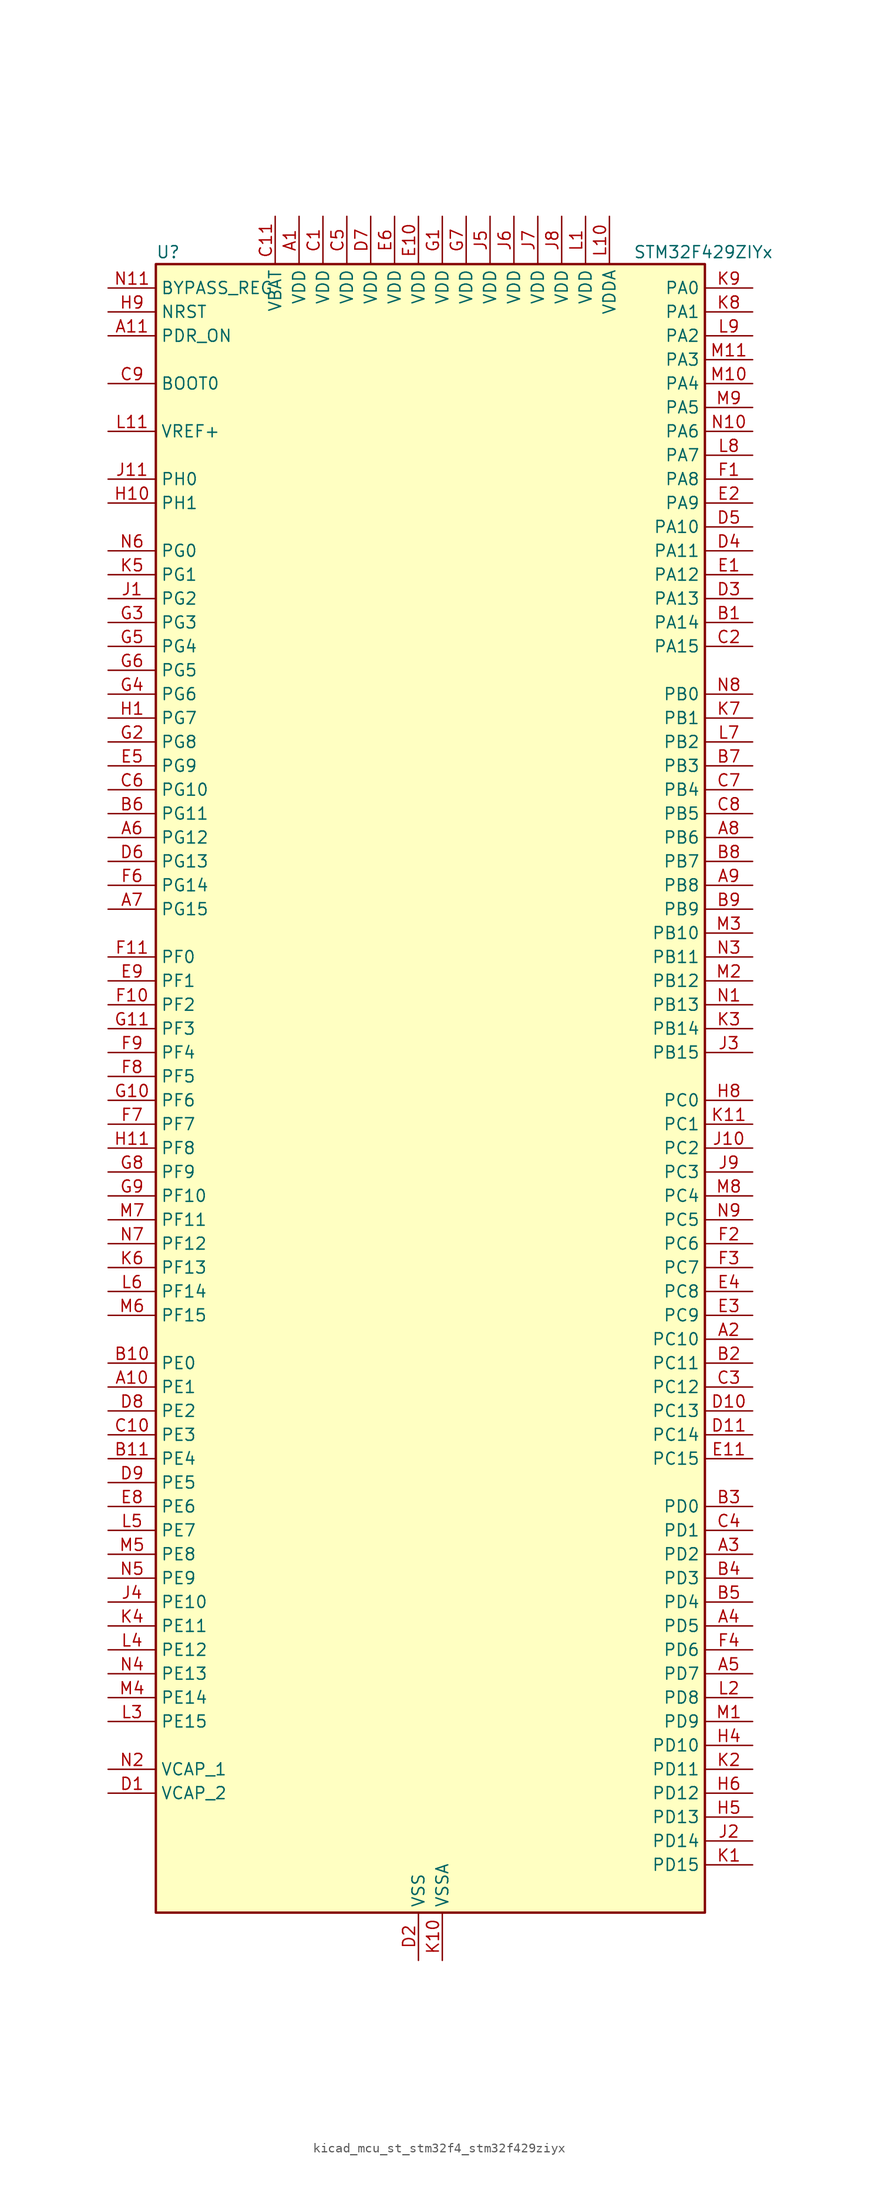
<source format=kicad_sym>
(kicad_symbol_lib
  (version 20220914)
  (generator kicad_symbol_editor)
  (symbol "kicad_mcu_st_stm32f4_stm32f429ziyx"
    (property "Reference" "U"
      (at -27.94 90.17 0)
      (effects (font (size 1.27 1.27)) (justify left)))
    (property "Value" "STM32F429ZIYx"
      (at 22.86 90.17 0)
      (effects (font (size 1.27 1.27)) (justify left)))
    (property "ki_locked" ""
      (at 0 0 0)
      (effects (font (size 1.27 1.27))))
    (symbol "kicad_mcu_st_stm32f4_stm32f429ziyx_0_1"
      (rectangle (start -27.94 -86.36) (end 30.48 88.9) (stroke (width 0.254) (type default)) (fill (type background))))
    (symbol "kicad_mcu_st_stm32f4_stm32f429ziyx_1_1"
      (pin power_in line (at -12.7 93.98 270) (length 5.08) (name "VDD" (effects (font (size 1.27 1.27)))) (number "A1" (effects (font (size 1.27 1.27)))))
      (pin bidirectional line (at -33.02 -30.48 0) (length 5.08) (name "PE1" (effects (font (size 1.27 1.27)))) (number "A10" (effects (font (size 1.27 1.27)))) (alternate "DCMI_D3" bidirectional line) (alternate "FMC_NBL1" bidirectional line) (alternate "UART8_TX" bidirectional line))
      (pin input line (at -33.02 81.28 0) (length 5.08) (name "PDR_ON" (effects (font (size 1.27 1.27)))) (number "A11" (effects (font (size 1.27 1.27)))))
      (pin bidirectional line (at 35.56 -25.4 180) (length 5.08) (name "PC10" (effects (font (size 1.27 1.27)))) (number "A2" (effects (font (size 1.27 1.27)))) (alternate "DCMI_D8" bidirectional line) (alternate "I2S3_CK" bidirectional line) (alternate "LTDC_R2" bidirectional line) (alternate "SDIO_D2" bidirectional line) (alternate "SPI3_SCK" bidirectional line) (alternate "UART4_TX" bidirectional line) (alternate "USART3_TX" bidirectional line))
      (pin bidirectional line (at 35.56 -48.26 180) (length 5.08) (name "PD2" (effects (font (size 1.27 1.27)))) (number "A3" (effects (font (size 1.27 1.27)))) (alternate "DCMI_D11" bidirectional line) (alternate "SDIO_CMD" bidirectional line) (alternate "TIM3_ETR" bidirectional line) (alternate "UART5_RX" bidirectional line))
      (pin bidirectional line (at 35.56 -55.88 180) (length 5.08) (name "PD5" (effects (font (size 1.27 1.27)))) (number "A4" (effects (font (size 1.27 1.27)))) (alternate "FMC_NWE" bidirectional line) (alternate "USART2_TX" bidirectional line))
      (pin bidirectional line (at 35.56 -60.96 180) (length 5.08) (name "PD7" (effects (font (size 1.27 1.27)))) (number "A5" (effects (font (size 1.27 1.27)))) (alternate "FMC_NCE2" bidirectional line) (alternate "FMC_NE1" bidirectional line) (alternate "USART2_CK" bidirectional line))
      (pin bidirectional line (at -33.02 27.94 0) (length 5.08) (name "PG12" (effects (font (size 1.27 1.27)))) (number "A6" (effects (font (size 1.27 1.27)))) (alternate "FMC_NE4" bidirectional line) (alternate "LTDC_B1" bidirectional line) (alternate "LTDC_B4" bidirectional line) (alternate "SPI6_MISO" bidirectional line) (alternate "USART6_RTS" bidirectional line))
      (pin bidirectional line (at -33.02 20.32 0) (length 5.08) (name "PG15" (effects (font (size 1.27 1.27)))) (number "A7" (effects (font (size 1.27 1.27)))) (alternate "ADC1_EXTI15" bidirectional line) (alternate "ADC2_EXTI15" bidirectional line) (alternate "ADC3_EXTI15" bidirectional line) (alternate "DCMI_D13" bidirectional line) (alternate "FMC_SDNCAS" bidirectional line) (alternate "USART6_CTS" bidirectional line))
      (pin bidirectional line (at 35.56 27.94 180) (length 5.08) (name "PB6" (effects (font (size 1.27 1.27)))) (number "A8" (effects (font (size 1.27 1.27)))) (alternate "CAN2_TX" bidirectional line) (alternate "DCMI_D5" bidirectional line) (alternate "FMC_SDNE1" bidirectional line) (alternate "I2C1_SCL" bidirectional line) (alternate "TIM4_CH1" bidirectional line) (alternate "USART1_TX" bidirectional line))
      (pin bidirectional line (at 35.56 22.86 180) (length 5.08) (name "PB8" (effects (font (size 1.27 1.27)))) (number "A9" (effects (font (size 1.27 1.27)))) (alternate "CAN1_RX" bidirectional line) (alternate "DCMI_D6" bidirectional line) (alternate "ETH_TXD3" bidirectional line) (alternate "I2C1_SCL" bidirectional line) (alternate "LTDC_B6" bidirectional line) (alternate "SDIO_D4" bidirectional line) (alternate "TIM10_CH1" bidirectional line) (alternate "TIM4_CH3" bidirectional line))
      (pin bidirectional line (at 35.56 50.8 180) (length 5.08) (name "PA14" (effects (font (size 1.27 1.27)))) (number "B1" (effects (font (size 1.27 1.27)))) (alternate "SYS_JTCK-SWCLK" bidirectional line))
      (pin bidirectional line (at -33.02 -27.94 0) (length 5.08) (name "PE0" (effects (font (size 1.27 1.27)))) (number "B10" (effects (font (size 1.27 1.27)))) (alternate "DCMI_D2" bidirectional line) (alternate "FMC_NBL0" bidirectional line) (alternate "TIM4_ETR" bidirectional line) (alternate "UART8_RX" bidirectional line))
      (pin bidirectional line (at -33.02 -38.1 0) (length 5.08) (name "PE4" (effects (font (size 1.27 1.27)))) (number "B11" (effects (font (size 1.27 1.27)))) (alternate "DCMI_D4" bidirectional line) (alternate "FMC_A20" bidirectional line) (alternate "LTDC_B0" bidirectional line) (alternate "SAI1_FS_A" bidirectional line) (alternate "SPI4_NSS" bidirectional line) (alternate "SYS_TRACED1" bidirectional line))
      (pin bidirectional line (at 35.56 -27.94 180) (length 5.08) (name "PC11" (effects (font (size 1.27 1.27)))) (number "B2" (effects (font (size 1.27 1.27)))) (alternate "ADC1_EXTI11" bidirectional line) (alternate "ADC2_EXTI11" bidirectional line) (alternate "ADC3_EXTI11" bidirectional line) (alternate "DCMI_D4" bidirectional line) (alternate "I2S3_ext_SD" bidirectional line) (alternate "SDIO_D3" bidirectional line) (alternate "SPI3_MISO" bidirectional line) (alternate "UART4_RX" bidirectional line) (alternate "USART3_RX" bidirectional line))
      (pin bidirectional line (at 35.56 -43.18 180) (length 5.08) (name "PD0" (effects (font (size 1.27 1.27)))) (number "B3" (effects (font (size 1.27 1.27)))) (alternate "CAN1_RX" bidirectional line) (alternate "FMC_D2" bidirectional line) (alternate "FMC_DA2" bidirectional line))
      (pin bidirectional line (at 35.56 -50.8 180) (length 5.08) (name "PD3" (effects (font (size 1.27 1.27)))) (number "B4" (effects (font (size 1.27 1.27)))) (alternate "DCMI_D5" bidirectional line) (alternate "FMC_CLK" bidirectional line) (alternate "I2S2_CK" bidirectional line) (alternate "LTDC_G7" bidirectional line) (alternate "SPI2_SCK" bidirectional line) (alternate "USART2_CTS" bidirectional line))
      (pin bidirectional line (at 35.56 -53.34 180) (length 5.08) (name "PD4" (effects (font (size 1.27 1.27)))) (number "B5" (effects (font (size 1.27 1.27)))) (alternate "FMC_NOE" bidirectional line) (alternate "USART2_RTS" bidirectional line))
      (pin bidirectional line (at -33.02 30.48 0) (length 5.08) (name "PG11" (effects (font (size 1.27 1.27)))) (number "B6" (effects (font (size 1.27 1.27)))) (alternate "ADC1_EXTI11" bidirectional line) (alternate "ADC2_EXTI11" bidirectional line) (alternate "ADC3_EXTI11" bidirectional line) (alternate "DCMI_D3" bidirectional line) (alternate "ETH_TX_EN" bidirectional line) (alternate "FMC_NCE4_2" bidirectional line) (alternate "LTDC_B3" bidirectional line))
      (pin bidirectional line (at 35.56 35.56 180) (length 5.08) (name "PB3" (effects (font (size 1.27 1.27)))) (number "B7" (effects (font (size 1.27 1.27)))) (alternate "I2S3_CK" bidirectional line) (alternate "SPI1_SCK" bidirectional line) (alternate "SPI3_SCK" bidirectional line) (alternate "SYS_JTDO-SWO" bidirectional line) (alternate "TIM2_CH2" bidirectional line))
      (pin bidirectional line (at 35.56 25.4 180) (length 5.08) (name "PB7" (effects (font (size 1.27 1.27)))) (number "B8" (effects (font (size 1.27 1.27)))) (alternate "DCMI_VSYNC" bidirectional line) (alternate "FMC_NL" bidirectional line) (alternate "I2C1_SDA" bidirectional line) (alternate "TIM4_CH2" bidirectional line) (alternate "USART1_RX" bidirectional line))
      (pin bidirectional line (at 35.56 20.32 180) (length 5.08) (name "PB9" (effects (font (size 1.27 1.27)))) (number "B9" (effects (font (size 1.27 1.27)))) (alternate "CAN1_TX" bidirectional line) (alternate "DAC_EXTI9" bidirectional line) (alternate "DCMI_D7" bidirectional line) (alternate "I2C1_SDA" bidirectional line) (alternate "I2S2_WS" bidirectional line) (alternate "LTDC_B7" bidirectional line) (alternate "SDIO_D5" bidirectional line) (alternate "SPI2_NSS" bidirectional line) (alternate "TIM11_CH1" bidirectional line) (alternate "TIM4_CH4" bidirectional line))
      (pin power_in line (at -10.16 93.98 270) (length 5.08) (name "VDD" (effects (font (size 1.27 1.27)))) (number "C1" (effects (font (size 1.27 1.27)))))
      (pin bidirectional line (at -33.02 -35.56 0) (length 5.08) (name "PE3" (effects (font (size 1.27 1.27)))) (number "C10" (effects (font (size 1.27 1.27)))) (alternate "FMC_A19" bidirectional line) (alternate "SAI1_SD_B" bidirectional line) (alternate "SYS_TRACED0" bidirectional line))
      (pin power_in line (at -15.24 93.98 270) (length 5.08) (name "VBAT" (effects (font (size 1.27 1.27)))) (number "C11" (effects (font (size 1.27 1.27)))))
      (pin bidirectional line (at 35.56 48.26 180) (length 5.08) (name "PA15" (effects (font (size 1.27 1.27)))) (number "C2" (effects (font (size 1.27 1.27)))) (alternate "ADC1_EXTI15" bidirectional line) (alternate "ADC2_EXTI15" bidirectional line) (alternate "ADC3_EXTI15" bidirectional line) (alternate "I2S3_WS" bidirectional line) (alternate "SPI1_NSS" bidirectional line) (alternate "SPI3_NSS" bidirectional line) (alternate "SYS_JTDI" bidirectional line) (alternate "TIM2_CH1" bidirectional line) (alternate "TIM2_ETR" bidirectional line))
      (pin bidirectional line (at 35.56 -30.48 180) (length 5.08) (name "PC12" (effects (font (size 1.27 1.27)))) (number "C3" (effects (font (size 1.27 1.27)))) (alternate "DCMI_D9" bidirectional line) (alternate "I2S3_SD" bidirectional line) (alternate "SDIO_CK" bidirectional line) (alternate "SPI3_MOSI" bidirectional line) (alternate "UART5_TX" bidirectional line) (alternate "USART3_CK" bidirectional line))
      (pin bidirectional line (at 35.56 -45.72 180) (length 5.08) (name "PD1" (effects (font (size 1.27 1.27)))) (number "C4" (effects (font (size 1.27 1.27)))) (alternate "CAN1_TX" bidirectional line) (alternate "FMC_D3" bidirectional line) (alternate "FMC_DA3" bidirectional line))
      (pin power_in line (at -7.62 93.98 270) (length 5.08) (name "VDD" (effects (font (size 1.27 1.27)))) (number "C5" (effects (font (size 1.27 1.27)))))
      (pin bidirectional line (at -33.02 33.02 0) (length 5.08) (name "PG10" (effects (font (size 1.27 1.27)))) (number "C6" (effects (font (size 1.27 1.27)))) (alternate "DCMI_D2" bidirectional line) (alternate "FMC_NCE4_1" bidirectional line) (alternate "FMC_NE3" bidirectional line) (alternate "LTDC_B2" bidirectional line) (alternate "LTDC_G3" bidirectional line))
      (pin bidirectional line (at 35.56 33.02 180) (length 5.08) (name "PB4" (effects (font (size 1.27 1.27)))) (number "C7" (effects (font (size 1.27 1.27)))) (alternate "I2S3_ext_SD" bidirectional line) (alternate "SPI1_MISO" bidirectional line) (alternate "SPI3_MISO" bidirectional line) (alternate "SYS_JTRST" bidirectional line) (alternate "TIM3_CH1" bidirectional line))
      (pin bidirectional line (at 35.56 30.48 180) (length 5.08) (name "PB5" (effects (font (size 1.27 1.27)))) (number "C8" (effects (font (size 1.27 1.27)))) (alternate "CAN2_RX" bidirectional line) (alternate "DCMI_D10" bidirectional line) (alternate "ETH_PPS_OUT" bidirectional line) (alternate "FMC_SDCKE1" bidirectional line) (alternate "I2C1_SMBA" bidirectional line) (alternate "I2S3_SD" bidirectional line) (alternate "SPI1_MOSI" bidirectional line) (alternate "SPI3_MOSI" bidirectional line) (alternate "TIM3_CH2" bidirectional line) (alternate "USB_OTG_HS_ULPI_D7" bidirectional line))
      (pin input line (at -33.02 76.2 0) (length 5.08) (name "BOOT0" (effects (font (size 1.27 1.27)))) (number "C9" (effects (font (size 1.27 1.27)))))
      (pin power_out line (at -33.02 -73.66 0) (length 5.08) (name "VCAP_2" (effects (font (size 1.27 1.27)))) (number "D1" (effects (font (size 1.27 1.27)))))
      (pin bidirectional line (at 35.56 -33.02 180) (length 5.08) (name "PC13" (effects (font (size 1.27 1.27)))) (number "D10" (effects (font (size 1.27 1.27)))) (alternate "RTC_AF1" bidirectional line))
      (pin bidirectional line (at 35.56 -35.56 180) (length 5.08) (name "PC14" (effects (font (size 1.27 1.27)))) (number "D11" (effects (font (size 1.27 1.27)))) (alternate "RCC_OSC32_IN" bidirectional line))
      (pin power_in line (at 0 -91.44 90) (length 5.08) (name "VSS" (effects (font (size 1.27 1.27)))) (number "D2" (effects (font (size 1.27 1.27)))))
      (pin bidirectional line (at 35.56 53.34 180) (length 5.08) (name "PA13" (effects (font (size 1.27 1.27)))) (number "D3" (effects (font (size 1.27 1.27)))) (alternate "SYS_JTMS-SWDIO" bidirectional line))
      (pin bidirectional line (at 35.56 58.42 180) (length 5.08) (name "PA11" (effects (font (size 1.27 1.27)))) (number "D4" (effects (font (size 1.27 1.27)))) (alternate "ADC1_EXTI11" bidirectional line) (alternate "ADC2_EXTI11" bidirectional line) (alternate "ADC3_EXTI11" bidirectional line) (alternate "CAN1_RX" bidirectional line) (alternate "LTDC_R4" bidirectional line) (alternate "TIM1_CH4" bidirectional line) (alternate "USART1_CTS" bidirectional line) (alternate "USB_OTG_FS_DM" bidirectional line))
      (pin bidirectional line (at 35.56 60.96 180) (length 5.08) (name "PA10" (effects (font (size 1.27 1.27)))) (number "D5" (effects (font (size 1.27 1.27)))) (alternate "DCMI_D1" bidirectional line) (alternate "TIM1_CH3" bidirectional line) (alternate "USART1_RX" bidirectional line) (alternate "USB_OTG_FS_ID" bidirectional line))
      (pin bidirectional line (at -33.02 25.4 0) (length 5.08) (name "PG13" (effects (font (size 1.27 1.27)))) (number "D6" (effects (font (size 1.27 1.27)))) (alternate "ETH_TXD0" bidirectional line) (alternate "FMC_A24" bidirectional line) (alternate "SPI6_SCK" bidirectional line) (alternate "USART6_CTS" bidirectional line))
      (pin power_in line (at -5.08 93.98 270) (length 5.08) (name "VDD" (effects (font (size 1.27 1.27)))) (number "D7" (effects (font (size 1.27 1.27)))))
      (pin bidirectional line (at -33.02 -33.02 0) (length 5.08) (name "PE2" (effects (font (size 1.27 1.27)))) (number "D8" (effects (font (size 1.27 1.27)))) (alternate "ETH_TXD3" bidirectional line) (alternate "FMC_A23" bidirectional line) (alternate "SAI1_MCLK_A" bidirectional line) (alternate "SPI4_SCK" bidirectional line) (alternate "SYS_TRACECLK" bidirectional line))
      (pin bidirectional line (at -33.02 -40.64 0) (length 5.08) (name "PE5" (effects (font (size 1.27 1.27)))) (number "D9" (effects (font (size 1.27 1.27)))) (alternate "DCMI_D6" bidirectional line) (alternate "FMC_A21" bidirectional line) (alternate "LTDC_G0" bidirectional line) (alternate "SAI1_SCK_A" bidirectional line) (alternate "SPI4_MISO" bidirectional line) (alternate "SYS_TRACED2" bidirectional line) (alternate "TIM9_CH1" bidirectional line))
      (pin bidirectional line (at 35.56 55.88 180) (length 5.08) (name "PA12" (effects (font (size 1.27 1.27)))) (number "E1" (effects (font (size 1.27 1.27)))) (alternate "CAN1_TX" bidirectional line) (alternate "LTDC_R5" bidirectional line) (alternate "TIM1_ETR" bidirectional line) (alternate "USART1_RTS" bidirectional line) (alternate "USB_OTG_FS_DP" bidirectional line))
      (pin power_in line (at 0 93.98 270) (length 5.08) (name "VDD" (effects (font (size 1.27 1.27)))) (number "E10" (effects (font (size 1.27 1.27)))))
      (pin bidirectional line (at 35.56 -38.1 180) (length 5.08) (name "PC15" (effects (font (size 1.27 1.27)))) (number "E11" (effects (font (size 1.27 1.27)))) (alternate "ADC1_EXTI15" bidirectional line) (alternate "ADC2_EXTI15" bidirectional line) (alternate "ADC3_EXTI15" bidirectional line) (alternate "RCC_OSC32_OUT" bidirectional line))
      (pin bidirectional line (at 35.56 63.5 180) (length 5.08) (name "PA9" (effects (font (size 1.27 1.27)))) (number "E2" (effects (font (size 1.27 1.27)))) (alternate "DAC_EXTI9" bidirectional line) (alternate "DCMI_D0" bidirectional line) (alternate "I2C3_SMBA" bidirectional line) (alternate "TIM1_CH2" bidirectional line) (alternate "USART1_TX" bidirectional line) (alternate "USB_OTG_FS_VBUS" bidirectional line))
      (pin bidirectional line (at 35.56 -22.86 180) (length 5.08) (name "PC9" (effects (font (size 1.27 1.27)))) (number "E3" (effects (font (size 1.27 1.27)))) (alternate "DAC_EXTI9" bidirectional line) (alternate "DCMI_D3" bidirectional line) (alternate "I2C3_SDA" bidirectional line) (alternate "I2S_CKIN" bidirectional line) (alternate "RCC_MCO_2" bidirectional line) (alternate "SDIO_D1" bidirectional line) (alternate "TIM3_CH4" bidirectional line) (alternate "TIM8_CH4" bidirectional line))
      (pin bidirectional line (at 35.56 -20.32 180) (length 5.08) (name "PC8" (effects (font (size 1.27 1.27)))) (number "E4" (effects (font (size 1.27 1.27)))) (alternate "DCMI_D2" bidirectional line) (alternate "SDIO_D0" bidirectional line) (alternate "TIM3_CH3" bidirectional line) (alternate "TIM8_CH3" bidirectional line) (alternate "USART6_CK" bidirectional line))
      (pin bidirectional line (at -33.02 35.56 0) (length 5.08) (name "PG9" (effects (font (size 1.27 1.27)))) (number "E5" (effects (font (size 1.27 1.27)))) (alternate "DAC_EXTI9" bidirectional line) (alternate "DCMI_VSYNC" bidirectional line) (alternate "FMC_NCE3" bidirectional line) (alternate "FMC_NE2" bidirectional line) (alternate "USART6_RX" bidirectional line))
      (pin power_in line (at -2.54 93.98 270) (length 5.08) (name "VDD" (effects (font (size 1.27 1.27)))) (number "E6" (effects (font (size 1.27 1.27)))))
      (pin passive line (at 0 -91.44 90) (length 5.08) hide (name "VSS" (effects (font (size 1.27 1.27)))) (number "E7" (effects (font (size 1.27 1.27)))))
      (pin bidirectional line (at -33.02 -43.18 0) (length 5.08) (name "PE6" (effects (font (size 1.27 1.27)))) (number "E8" (effects (font (size 1.27 1.27)))) (alternate "DCMI_D7" bidirectional line) (alternate "FMC_A22" bidirectional line) (alternate "LTDC_G1" bidirectional line) (alternate "SAI1_SD_A" bidirectional line) (alternate "SPI4_MOSI" bidirectional line) (alternate "SYS_TRACED3" bidirectional line) (alternate "TIM9_CH2" bidirectional line))
      (pin bidirectional line (at -33.02 12.7 0) (length 5.08) (name "PF1" (effects (font (size 1.27 1.27)))) (number "E9" (effects (font (size 1.27 1.27)))) (alternate "FMC_A1" bidirectional line) (alternate "I2C2_SCL" bidirectional line))
      (pin bidirectional line (at 35.56 66.04 180) (length 5.08) (name "PA8" (effects (font (size 1.27 1.27)))) (number "F1" (effects (font (size 1.27 1.27)))) (alternate "I2C3_SCL" bidirectional line) (alternate "LTDC_R6" bidirectional line) (alternate "RCC_MCO_1" bidirectional line) (alternate "TIM1_CH1" bidirectional line) (alternate "USART1_CK" bidirectional line) (alternate "USB_OTG_FS_SOF" bidirectional line))
      (pin bidirectional line (at -33.02 10.16 0) (length 5.08) (name "PF2" (effects (font (size 1.27 1.27)))) (number "F10" (effects (font (size 1.27 1.27)))) (alternate "FMC_A2" bidirectional line) (alternate "I2C2_SMBA" bidirectional line))
      (pin bidirectional line (at -33.02 15.24 0) (length 5.08) (name "PF0" (effects (font (size 1.27 1.27)))) (number "F11" (effects (font (size 1.27 1.27)))) (alternate "FMC_A0" bidirectional line) (alternate "I2C2_SDA" bidirectional line))
      (pin bidirectional line (at 35.56 -15.24 180) (length 5.08) (name "PC6" (effects (font (size 1.27 1.27)))) (number "F2" (effects (font (size 1.27 1.27)))) (alternate "DCMI_D0" bidirectional line) (alternate "I2S2_MCK" bidirectional line) (alternate "LTDC_HSYNC" bidirectional line) (alternate "SDIO_D6" bidirectional line) (alternate "TIM3_CH1" bidirectional line) (alternate "TIM8_CH1" bidirectional line) (alternate "USART6_TX" bidirectional line))
      (pin bidirectional line (at 35.56 -17.78 180) (length 5.08) (name "PC7" (effects (font (size 1.27 1.27)))) (number "F3" (effects (font (size 1.27 1.27)))) (alternate "DCMI_D1" bidirectional line) (alternate "I2S3_MCK" bidirectional line) (alternate "LTDC_G6" bidirectional line) (alternate "SDIO_D7" bidirectional line) (alternate "TIM3_CH2" bidirectional line) (alternate "TIM8_CH2" bidirectional line) (alternate "USART6_RX" bidirectional line))
      (pin bidirectional line (at 35.56 -58.42 180) (length 5.08) (name "PD6" (effects (font (size 1.27 1.27)))) (number "F4" (effects (font (size 1.27 1.27)))) (alternate "DCMI_D10" bidirectional line) (alternate "FMC_NWAIT" bidirectional line) (alternate "I2S3_SD" bidirectional line) (alternate "LTDC_B2" bidirectional line) (alternate "SAI1_SD_A" bidirectional line) (alternate "SPI3_MOSI" bidirectional line) (alternate "USART2_RX" bidirectional line))
      (pin passive line (at 0 -91.44 90) (length 5.08) hide (name "VSS" (effects (font (size 1.27 1.27)))) (number "F5" (effects (font (size 1.27 1.27)))))
      (pin bidirectional line (at -33.02 22.86 0) (length 5.08) (name "PG14" (effects (font (size 1.27 1.27)))) (number "F6" (effects (font (size 1.27 1.27)))) (alternate "ETH_TXD1" bidirectional line) (alternate "FMC_A25" bidirectional line) (alternate "SPI6_MOSI" bidirectional line) (alternate "USART6_TX" bidirectional line))
      (pin bidirectional line (at -33.02 -2.54 0) (length 5.08) (name "PF7" (effects (font (size 1.27 1.27)))) (number "F7" (effects (font (size 1.27 1.27)))) (alternate "ADC3_IN5" bidirectional line) (alternate "FMC_NREG" bidirectional line) (alternate "SAI1_MCLK_B" bidirectional line) (alternate "SPI5_SCK" bidirectional line) (alternate "TIM11_CH1" bidirectional line) (alternate "UART7_TX" bidirectional line))
      (pin bidirectional line (at -33.02 2.54 0) (length 5.08) (name "PF5" (effects (font (size 1.27 1.27)))) (number "F8" (effects (font (size 1.27 1.27)))) (alternate "ADC3_IN15" bidirectional line) (alternate "FMC_A5" bidirectional line))
      (pin bidirectional line (at -33.02 5.08 0) (length 5.08) (name "PF4" (effects (font (size 1.27 1.27)))) (number "F9" (effects (font (size 1.27 1.27)))) (alternate "ADC3_IN14" bidirectional line) (alternate "FMC_A4" bidirectional line))
      (pin power_in line (at 2.54 93.98 270) (length 5.08) (name "VDD" (effects (font (size 1.27 1.27)))) (number "G1" (effects (font (size 1.27 1.27)))))
      (pin bidirectional line (at -33.02 0 0) (length 5.08) (name "PF6" (effects (font (size 1.27 1.27)))) (number "G10" (effects (font (size 1.27 1.27)))) (alternate "ADC3_IN4" bidirectional line) (alternate "FMC_NIORD" bidirectional line) (alternate "SAI1_SD_B" bidirectional line) (alternate "SPI5_NSS" bidirectional line) (alternate "TIM10_CH1" bidirectional line) (alternate "UART7_RX" bidirectional line))
      (pin bidirectional line (at -33.02 7.62 0) (length 5.08) (name "PF3" (effects (font (size 1.27 1.27)))) (number "G11" (effects (font (size 1.27 1.27)))) (alternate "ADC3_IN9" bidirectional line) (alternate "FMC_A3" bidirectional line))
      (pin bidirectional line (at -33.02 38.1 0) (length 5.08) (name "PG8" (effects (font (size 1.27 1.27)))) (number "G2" (effects (font (size 1.27 1.27)))) (alternate "ETH_PPS_OUT" bidirectional line) (alternate "FMC_SDCLK" bidirectional line) (alternate "SPI6_NSS" bidirectional line) (alternate "USART6_RTS" bidirectional line))
      (pin bidirectional line (at -33.02 50.8 0) (length 5.08) (name "PG3" (effects (font (size 1.27 1.27)))) (number "G3" (effects (font (size 1.27 1.27)))) (alternate "FMC_A13" bidirectional line))
      (pin bidirectional line (at -33.02 43.18 0) (length 5.08) (name "PG6" (effects (font (size 1.27 1.27)))) (number "G4" (effects (font (size 1.27 1.27)))) (alternate "DCMI_D12" bidirectional line) (alternate "FMC_INT2" bidirectional line) (alternate "LTDC_R7" bidirectional line))
      (pin bidirectional line (at -33.02 48.26 0) (length 5.08) (name "PG4" (effects (font (size 1.27 1.27)))) (number "G5" (effects (font (size 1.27 1.27)))) (alternate "FMC_A14" bidirectional line) (alternate "FMC_BA0" bidirectional line))
      (pin bidirectional line (at -33.02 45.72 0) (length 5.08) (name "PG5" (effects (font (size 1.27 1.27)))) (number "G6" (effects (font (size 1.27 1.27)))) (alternate "FMC_A15" bidirectional line) (alternate "FMC_BA1" bidirectional line))
      (pin power_in line (at 5.08 93.98 270) (length 5.08) (name "VDD" (effects (font (size 1.27 1.27)))) (number "G7" (effects (font (size 1.27 1.27)))))
      (pin bidirectional line (at -33.02 -7.62 0) (length 5.08) (name "PF9" (effects (font (size 1.27 1.27)))) (number "G8" (effects (font (size 1.27 1.27)))) (alternate "ADC3_IN7" bidirectional line) (alternate "DAC_EXTI9" bidirectional line) (alternate "FMC_CD" bidirectional line) (alternate "SAI1_FS_B" bidirectional line) (alternate "SPI5_MOSI" bidirectional line) (alternate "TIM14_CH1" bidirectional line))
      (pin bidirectional line (at -33.02 -10.16 0) (length 5.08) (name "PF10" (effects (font (size 1.27 1.27)))) (number "G9" (effects (font (size 1.27 1.27)))) (alternate "ADC3_IN8" bidirectional line) (alternate "DCMI_D11" bidirectional line) (alternate "FMC_INTR" bidirectional line) (alternate "LTDC_DE" bidirectional line))
      (pin bidirectional line (at -33.02 40.64 0) (length 5.08) (name "PG7" (effects (font (size 1.27 1.27)))) (number "H1" (effects (font (size 1.27 1.27)))) (alternate "DCMI_D13" bidirectional line) (alternate "FMC_INT3" bidirectional line) (alternate "LTDC_CLK" bidirectional line) (alternate "USART6_CK" bidirectional line))
      (pin bidirectional line (at -33.02 63.5 0) (length 5.08) (name "PH1" (effects (font (size 1.27 1.27)))) (number "H10" (effects (font (size 1.27 1.27)))) (alternate "RCC_OSC_OUT" bidirectional line))
      (pin bidirectional line (at -33.02 -5.08 0) (length 5.08) (name "PF8" (effects (font (size 1.27 1.27)))) (number "H11" (effects (font (size 1.27 1.27)))) (alternate "ADC3_IN6" bidirectional line) (alternate "FMC_NIOWR" bidirectional line) (alternate "SAI1_SCK_B" bidirectional line) (alternate "SPI5_MISO" bidirectional line) (alternate "TIM13_CH1" bidirectional line))
      (pin passive line (at 0 -91.44 90) (length 5.08) hide (name "VSS" (effects (font (size 1.27 1.27)))) (number "H2" (effects (font (size 1.27 1.27)))))
      (pin passive line (at 0 -91.44 90) (length 5.08) hide (name "VSS" (effects (font (size 1.27 1.27)))) (number "H3" (effects (font (size 1.27 1.27)))))
      (pin bidirectional line (at 35.56 -68.58 180) (length 5.08) (name "PD10" (effects (font (size 1.27 1.27)))) (number "H4" (effects (font (size 1.27 1.27)))) (alternate "FMC_D15" bidirectional line) (alternate "FMC_DA15" bidirectional line) (alternate "LTDC_B3" bidirectional line) (alternate "USART3_CK" bidirectional line))
      (pin bidirectional line (at 35.56 -76.2 180) (length 5.08) (name "PD13" (effects (font (size 1.27 1.27)))) (number "H5" (effects (font (size 1.27 1.27)))) (alternate "FMC_A18" bidirectional line) (alternate "TIM4_CH2" bidirectional line))
      (pin bidirectional line (at 35.56 -73.66 180) (length 5.08) (name "PD12" (effects (font (size 1.27 1.27)))) (number "H6" (effects (font (size 1.27 1.27)))) (alternate "FMC_A17" bidirectional line) (alternate "FMC_ALE" bidirectional line) (alternate "TIM4_CH1" bidirectional line) (alternate "USART3_RTS" bidirectional line))
      (pin passive line (at 0 -91.44 90) (length 5.08) hide (name "VSS" (effects (font (size 1.27 1.27)))) (number "H7" (effects (font (size 1.27 1.27)))))
      (pin bidirectional line (at 35.56 0 180) (length 5.08) (name "PC0" (effects (font (size 1.27 1.27)))) (number "H8" (effects (font (size 1.27 1.27)))) (alternate "ADC1_IN10" bidirectional line) (alternate "ADC2_IN10" bidirectional line) (alternate "ADC3_IN10" bidirectional line) (alternate "FMC_SDNWE" bidirectional line) (alternate "USB_OTG_HS_ULPI_STP" bidirectional line))
      (pin input line (at -33.02 83.82 0) (length 5.08) (name "NRST" (effects (font (size 1.27 1.27)))) (number "H9" (effects (font (size 1.27 1.27)))))
      (pin bidirectional line (at -33.02 53.34 0) (length 5.08) (name "PG2" (effects (font (size 1.27 1.27)))) (number "J1" (effects (font (size 1.27 1.27)))) (alternate "FMC_A12" bidirectional line))
      (pin bidirectional line (at 35.56 -5.08 180) (length 5.08) (name "PC2" (effects (font (size 1.27 1.27)))) (number "J10" (effects (font (size 1.27 1.27)))) (alternate "ADC1_IN12" bidirectional line) (alternate "ADC2_IN12" bidirectional line) (alternate "ADC3_IN12" bidirectional line) (alternate "ETH_TXD2" bidirectional line) (alternate "FMC_SDNE0" bidirectional line) (alternate "I2S2_ext_SD" bidirectional line) (alternate "SPI2_MISO" bidirectional line) (alternate "USB_OTG_HS_ULPI_DIR" bidirectional line))
      (pin bidirectional line (at -33.02 66.04 0) (length 5.08) (name "PH0" (effects (font (size 1.27 1.27)))) (number "J11" (effects (font (size 1.27 1.27)))) (alternate "RCC_OSC_IN" bidirectional line))
      (pin bidirectional line (at 35.56 -78.74 180) (length 5.08) (name "PD14" (effects (font (size 1.27 1.27)))) (number "J2" (effects (font (size 1.27 1.27)))) (alternate "FMC_D0" bidirectional line) (alternate "FMC_DA0" bidirectional line) (alternate "TIM4_CH3" bidirectional line))
      (pin bidirectional line (at 35.56 5.08 180) (length 5.08) (name "PB15" (effects (font (size 1.27 1.27)))) (number "J3" (effects (font (size 1.27 1.27)))) (alternate "ADC1_EXTI15" bidirectional line) (alternate "ADC2_EXTI15" bidirectional line) (alternate "ADC3_EXTI15" bidirectional line) (alternate "I2S2_SD" bidirectional line) (alternate "RTC_REFIN" bidirectional line) (alternate "SPI2_MOSI" bidirectional line) (alternate "TIM12_CH2" bidirectional line) (alternate "TIM1_CH3N" bidirectional line) (alternate "TIM8_CH3N" bidirectional line) (alternate "USB_OTG_HS_DP" bidirectional line))
      (pin bidirectional line (at -33.02 -53.34 0) (length 5.08) (name "PE10" (effects (font (size 1.27 1.27)))) (number "J4" (effects (font (size 1.27 1.27)))) (alternate "FMC_D7" bidirectional line) (alternate "FMC_DA7" bidirectional line) (alternate "TIM1_CH2N" bidirectional line))
      (pin power_in line (at 7.62 93.98 270) (length 5.08) (name "VDD" (effects (font (size 1.27 1.27)))) (number "J5" (effects (font (size 1.27 1.27)))))
      (pin power_in line (at 10.16 93.98 270) (length 5.08) (name "VDD" (effects (font (size 1.27 1.27)))) (number "J6" (effects (font (size 1.27 1.27)))))
      (pin power_in line (at 12.7 93.98 270) (length 5.08) (name "VDD" (effects (font (size 1.27 1.27)))) (number "J7" (effects (font (size 1.27 1.27)))))
      (pin power_in line (at 15.24 93.98 270) (length 5.08) (name "VDD" (effects (font (size 1.27 1.27)))) (number "J8" (effects (font (size 1.27 1.27)))))
      (pin bidirectional line (at 35.56 -7.62 180) (length 5.08) (name "PC3" (effects (font (size 1.27 1.27)))) (number "J9" (effects (font (size 1.27 1.27)))) (alternate "ADC1_IN13" bidirectional line) (alternate "ADC2_IN13" bidirectional line) (alternate "ADC3_IN13" bidirectional line) (alternate "ETH_TX_CLK" bidirectional line) (alternate "FMC_SDCKE0" bidirectional line) (alternate "I2S2_SD" bidirectional line) (alternate "SPI2_MOSI" bidirectional line) (alternate "USB_OTG_HS_ULPI_NXT" bidirectional line))
      (pin bidirectional line (at 35.56 -81.28 180) (length 5.08) (name "PD15" (effects (font (size 1.27 1.27)))) (number "K1" (effects (font (size 1.27 1.27)))) (alternate "ADC1_EXTI15" bidirectional line) (alternate "ADC2_EXTI15" bidirectional line) (alternate "ADC3_EXTI15" bidirectional line) (alternate "FMC_D1" bidirectional line) (alternate "FMC_DA1" bidirectional line) (alternate "TIM4_CH4" bidirectional line))
      (pin power_in line (at 2.54 -91.44 90) (length 5.08) (name "VSSA" (effects (font (size 1.27 1.27)))) (number "K10" (effects (font (size 1.27 1.27)))))
      (pin bidirectional line (at 35.56 -2.54 180) (length 5.08) (name "PC1" (effects (font (size 1.27 1.27)))) (number "K11" (effects (font (size 1.27 1.27)))) (alternate "ADC1_IN11" bidirectional line) (alternate "ADC2_IN11" bidirectional line) (alternate "ADC3_IN11" bidirectional line) (alternate "ETH_MDC" bidirectional line))
      (pin bidirectional line (at 35.56 -71.12 180) (length 5.08) (name "PD11" (effects (font (size 1.27 1.27)))) (number "K2" (effects (font (size 1.27 1.27)))) (alternate "ADC1_EXTI11" bidirectional line) (alternate "ADC2_EXTI11" bidirectional line) (alternate "ADC3_EXTI11" bidirectional line) (alternate "FMC_A16" bidirectional line) (alternate "FMC_CLE" bidirectional line) (alternate "USART3_CTS" bidirectional line))
      (pin bidirectional line (at 35.56 7.62 180) (length 5.08) (name "PB14" (effects (font (size 1.27 1.27)))) (number "K3" (effects (font (size 1.27 1.27)))) (alternate "I2S2_ext_SD" bidirectional line) (alternate "SPI2_MISO" bidirectional line) (alternate "TIM12_CH1" bidirectional line) (alternate "TIM1_CH2N" bidirectional line) (alternate "TIM8_CH2N" bidirectional line) (alternate "USART3_RTS" bidirectional line) (alternate "USB_OTG_HS_DM" bidirectional line))
      (pin bidirectional line (at -33.02 -55.88 0) (length 5.08) (name "PE11" (effects (font (size 1.27 1.27)))) (number "K4" (effects (font (size 1.27 1.27)))) (alternate "ADC1_EXTI11" bidirectional line) (alternate "ADC2_EXTI11" bidirectional line) (alternate "ADC3_EXTI11" bidirectional line) (alternate "FMC_D8" bidirectional line) (alternate "FMC_DA8" bidirectional line) (alternate "LTDC_G3" bidirectional line) (alternate "SPI4_NSS" bidirectional line) (alternate "TIM1_CH2" bidirectional line))
      (pin bidirectional line (at -33.02 55.88 0) (length 5.08) (name "PG1" (effects (font (size 1.27 1.27)))) (number "K5" (effects (font (size 1.27 1.27)))) (alternate "FMC_A11" bidirectional line))
      (pin bidirectional line (at -33.02 -17.78 0) (length 5.08) (name "PF13" (effects (font (size 1.27 1.27)))) (number "K6" (effects (font (size 1.27 1.27)))) (alternate "FMC_A7" bidirectional line))
      (pin bidirectional line (at 35.56 40.64 180) (length 5.08) (name "PB1" (effects (font (size 1.27 1.27)))) (number "K7" (effects (font (size 1.27 1.27)))) (alternate "ADC1_IN9" bidirectional line) (alternate "ADC2_IN9" bidirectional line) (alternate "ETH_RXD3" bidirectional line) (alternate "LTDC_R6" bidirectional line) (alternate "TIM1_CH3N" bidirectional line) (alternate "TIM3_CH4" bidirectional line) (alternate "TIM8_CH3N" bidirectional line) (alternate "USB_OTG_HS_ULPI_D2" bidirectional line))
      (pin bidirectional line (at 35.56 83.82 180) (length 5.08) (name "PA1" (effects (font (size 1.27 1.27)))) (number "K8" (effects (font (size 1.27 1.27)))) (alternate "ADC1_IN1" bidirectional line) (alternate "ADC2_IN1" bidirectional line) (alternate "ADC3_IN1" bidirectional line) (alternate "ETH_REF_CLK" bidirectional line) (alternate "ETH_RX_CLK" bidirectional line) (alternate "TIM2_CH2" bidirectional line) (alternate "TIM5_CH2" bidirectional line) (alternate "UART4_RX" bidirectional line) (alternate "USART2_RTS" bidirectional line))
      (pin bidirectional line (at 35.56 86.36 180) (length 5.08) (name "PA0" (effects (font (size 1.27 1.27)))) (number "K9" (effects (font (size 1.27 1.27)))) (alternate "ADC1_IN0" bidirectional line) (alternate "ADC2_IN0" bidirectional line) (alternate "ADC3_IN0" bidirectional line) (alternate "ETH_CRS" bidirectional line) (alternate "SYS_WKUP" bidirectional line) (alternate "TIM2_CH1" bidirectional line) (alternate "TIM2_ETR" bidirectional line) (alternate "TIM5_CH1" bidirectional line) (alternate "TIM8_ETR" bidirectional line) (alternate "UART4_TX" bidirectional line) (alternate "USART2_CTS" bidirectional line))
      (pin power_in line (at 17.78 93.98 270) (length 5.08) (name "VDD" (effects (font (size 1.27 1.27)))) (number "L1" (effects (font (size 1.27 1.27)))))
      (pin power_in line (at 20.32 93.98 270) (length 5.08) (name "VDDA" (effects (font (size 1.27 1.27)))) (number "L10" (effects (font (size 1.27 1.27)))))
      (pin input line (at -33.02 71.12 0) (length 5.08) (name "VREF+" (effects (font (size 1.27 1.27)))) (number "L11" (effects (font (size 1.27 1.27)))))
      (pin bidirectional line (at 35.56 -63.5 180) (length 5.08) (name "PD8" (effects (font (size 1.27 1.27)))) (number "L2" (effects (font (size 1.27 1.27)))) (alternate "FMC_D13" bidirectional line) (alternate "FMC_DA13" bidirectional line) (alternate "USART3_TX" bidirectional line))
      (pin bidirectional line (at -33.02 -66.04 0) (length 5.08) (name "PE15" (effects (font (size 1.27 1.27)))) (number "L3" (effects (font (size 1.27 1.27)))) (alternate "ADC1_EXTI15" bidirectional line) (alternate "ADC2_EXTI15" bidirectional line) (alternate "ADC3_EXTI15" bidirectional line) (alternate "FMC_D12" bidirectional line) (alternate "FMC_DA12" bidirectional line) (alternate "LTDC_R7" bidirectional line) (alternate "TIM1_BKIN" bidirectional line))
      (pin bidirectional line (at -33.02 -58.42 0) (length 5.08) (name "PE12" (effects (font (size 1.27 1.27)))) (number "L4" (effects (font (size 1.27 1.27)))) (alternate "FMC_D9" bidirectional line) (alternate "FMC_DA9" bidirectional line) (alternate "LTDC_B4" bidirectional line) (alternate "SPI4_SCK" bidirectional line) (alternate "TIM1_CH3N" bidirectional line))
      (pin bidirectional line (at -33.02 -45.72 0) (length 5.08) (name "PE7" (effects (font (size 1.27 1.27)))) (number "L5" (effects (font (size 1.27 1.27)))) (alternate "FMC_D4" bidirectional line) (alternate "FMC_DA4" bidirectional line) (alternate "TIM1_ETR" bidirectional line) (alternate "UART7_RX" bidirectional line))
      (pin bidirectional line (at -33.02 -20.32 0) (length 5.08) (name "PF14" (effects (font (size 1.27 1.27)))) (number "L6" (effects (font (size 1.27 1.27)))) (alternate "FMC_A8" bidirectional line))
      (pin bidirectional line (at 35.56 38.1 180) (length 5.08) (name "PB2" (effects (font (size 1.27 1.27)))) (number "L7" (effects (font (size 1.27 1.27)))))
      (pin bidirectional line (at 35.56 68.58 180) (length 5.08) (name "PA7" (effects (font (size 1.27 1.27)))) (number "L8" (effects (font (size 1.27 1.27)))) (alternate "ADC1_IN7" bidirectional line) (alternate "ADC2_IN7" bidirectional line) (alternate "ETH_CRS_DV" bidirectional line) (alternate "ETH_RX_DV" bidirectional line) (alternate "SPI1_MOSI" bidirectional line) (alternate "TIM14_CH1" bidirectional line) (alternate "TIM1_CH1N" bidirectional line) (alternate "TIM3_CH2" bidirectional line) (alternate "TIM8_CH1N" bidirectional line))
      (pin bidirectional line (at 35.56 81.28 180) (length 5.08) (name "PA2" (effects (font (size 1.27 1.27)))) (number "L9" (effects (font (size 1.27 1.27)))) (alternate "ADC1_IN2" bidirectional line) (alternate "ADC2_IN2" bidirectional line) (alternate "ADC3_IN2" bidirectional line) (alternate "ETH_MDIO" bidirectional line) (alternate "TIM2_CH3" bidirectional line) (alternate "TIM5_CH3" bidirectional line) (alternate "TIM9_CH1" bidirectional line) (alternate "USART2_TX" bidirectional line))
      (pin bidirectional line (at 35.56 -66.04 180) (length 5.08) (name "PD9" (effects (font (size 1.27 1.27)))) (number "M1" (effects (font (size 1.27 1.27)))) (alternate "DAC_EXTI9" bidirectional line) (alternate "FMC_D14" bidirectional line) (alternate "FMC_DA14" bidirectional line) (alternate "USART3_RX" bidirectional line))
      (pin bidirectional line (at 35.56 76.2 180) (length 5.08) (name "PA4" (effects (font (size 1.27 1.27)))) (number "M10" (effects (font (size 1.27 1.27)))) (alternate "ADC1_IN4" bidirectional line) (alternate "ADC2_IN4" bidirectional line) (alternate "DAC_OUT1" bidirectional line) (alternate "DCMI_HSYNC" bidirectional line) (alternate "I2S3_WS" bidirectional line) (alternate "LTDC_VSYNC" bidirectional line) (alternate "SPI1_NSS" bidirectional line) (alternate "SPI3_NSS" bidirectional line) (alternate "USART2_CK" bidirectional line) (alternate "USB_OTG_HS_SOF" bidirectional line))
      (pin bidirectional line (at 35.56 78.74 180) (length 5.08) (name "PA3" (effects (font (size 1.27 1.27)))) (number "M11" (effects (font (size 1.27 1.27)))) (alternate "ADC1_IN3" bidirectional line) (alternate "ADC2_IN3" bidirectional line) (alternate "ADC3_IN3" bidirectional line) (alternate "ETH_COL" bidirectional line) (alternate "LTDC_B5" bidirectional line) (alternate "TIM2_CH4" bidirectional line) (alternate "TIM5_CH4" bidirectional line) (alternate "TIM9_CH2" bidirectional line) (alternate "USART2_RX" bidirectional line) (alternate "USB_OTG_HS_ULPI_D0" bidirectional line))
      (pin bidirectional line (at 35.56 12.7 180) (length 5.08) (name "PB12" (effects (font (size 1.27 1.27)))) (number "M2" (effects (font (size 1.27 1.27)))) (alternate "CAN2_RX" bidirectional line) (alternate "ETH_TXD0" bidirectional line) (alternate "I2C2_SMBA" bidirectional line) (alternate "I2S2_WS" bidirectional line) (alternate "SPI2_NSS" bidirectional line) (alternate "TIM1_BKIN" bidirectional line) (alternate "USART3_CK" bidirectional line) (alternate "USB_OTG_HS_ID" bidirectional line) (alternate "USB_OTG_HS_ULPI_D5" bidirectional line))
      (pin bidirectional line (at 35.56 17.78 180) (length 5.08) (name "PB10" (effects (font (size 1.27 1.27)))) (number "M3" (effects (font (size 1.27 1.27)))) (alternate "ETH_RX_ER" bidirectional line) (alternate "I2C2_SCL" bidirectional line) (alternate "I2S2_CK" bidirectional line) (alternate "LTDC_G4" bidirectional line) (alternate "SPI2_SCK" bidirectional line) (alternate "TIM2_CH3" bidirectional line) (alternate "USART3_TX" bidirectional line) (alternate "USB_OTG_HS_ULPI_D3" bidirectional line))
      (pin bidirectional line (at -33.02 -63.5 0) (length 5.08) (name "PE14" (effects (font (size 1.27 1.27)))) (number "M4" (effects (font (size 1.27 1.27)))) (alternate "FMC_D11" bidirectional line) (alternate "FMC_DA11" bidirectional line) (alternate "LTDC_CLK" bidirectional line) (alternate "SPI4_MOSI" bidirectional line) (alternate "TIM1_CH4" bidirectional line))
      (pin bidirectional line (at -33.02 -48.26 0) (length 5.08) (name "PE8" (effects (font (size 1.27 1.27)))) (number "M5" (effects (font (size 1.27 1.27)))) (alternate "FMC_D5" bidirectional line) (alternate "FMC_DA5" bidirectional line) (alternate "TIM1_CH1N" bidirectional line) (alternate "UART7_TX" bidirectional line))
      (pin bidirectional line (at -33.02 -22.86 0) (length 5.08) (name "PF15" (effects (font (size 1.27 1.27)))) (number "M6" (effects (font (size 1.27 1.27)))) (alternate "ADC1_EXTI15" bidirectional line) (alternate "ADC2_EXTI15" bidirectional line) (alternate "ADC3_EXTI15" bidirectional line) (alternate "FMC_A9" bidirectional line))
      (pin bidirectional line (at -33.02 -12.7 0) (length 5.08) (name "PF11" (effects (font (size 1.27 1.27)))) (number "M7" (effects (font (size 1.27 1.27)))) (alternate "ADC1_EXTI11" bidirectional line) (alternate "ADC2_EXTI11" bidirectional line) (alternate "ADC3_EXTI11" bidirectional line) (alternate "DCMI_D12" bidirectional line) (alternate "FMC_SDNRAS" bidirectional line) (alternate "SPI5_MOSI" bidirectional line))
      (pin bidirectional line (at 35.56 -10.16 180) (length 5.08) (name "PC4" (effects (font (size 1.27 1.27)))) (number "M8" (effects (font (size 1.27 1.27)))) (alternate "ADC1_IN14" bidirectional line) (alternate "ADC2_IN14" bidirectional line) (alternate "ETH_RXD0" bidirectional line))
      (pin bidirectional line (at 35.56 73.66 180) (length 5.08) (name "PA5" (effects (font (size 1.27 1.27)))) (number "M9" (effects (font (size 1.27 1.27)))) (alternate "ADC1_IN5" bidirectional line) (alternate "ADC2_IN5" bidirectional line) (alternate "DAC_OUT2" bidirectional line) (alternate "SPI1_SCK" bidirectional line) (alternate "TIM2_CH1" bidirectional line) (alternate "TIM2_ETR" bidirectional line) (alternate "TIM8_CH1N" bidirectional line) (alternate "USB_OTG_HS_ULPI_CK" bidirectional line))
      (pin bidirectional line (at 35.56 10.16 180) (length 5.08) (name "PB13" (effects (font (size 1.27 1.27)))) (number "N1" (effects (font (size 1.27 1.27)))) (alternate "CAN2_TX" bidirectional line) (alternate "ETH_TXD1" bidirectional line) (alternate "I2S2_CK" bidirectional line) (alternate "SPI2_SCK" bidirectional line) (alternate "TIM1_CH1N" bidirectional line) (alternate "USART3_CTS" bidirectional line) (alternate "USB_OTG_HS_ULPI_D6" bidirectional line) (alternate "USB_OTG_HS_VBUS" bidirectional line))
      (pin bidirectional line (at 35.56 71.12 180) (length 5.08) (name "PA6" (effects (font (size 1.27 1.27)))) (number "N10" (effects (font (size 1.27 1.27)))) (alternate "ADC1_IN6" bidirectional line) (alternate "ADC2_IN6" bidirectional line) (alternate "DCMI_PIXCLK" bidirectional line) (alternate "LTDC_G2" bidirectional line) (alternate "SPI1_MISO" bidirectional line) (alternate "TIM13_CH1" bidirectional line) (alternate "TIM1_BKIN" bidirectional line) (alternate "TIM3_CH1" bidirectional line) (alternate "TIM8_BKIN" bidirectional line))
      (pin input line (at -33.02 86.36 0) (length 5.08) (name "BYPASS_REG" (effects (font (size 1.27 1.27)))) (number "N11" (effects (font (size 1.27 1.27)))))
      (pin power_out line (at -33.02 -71.12 0) (length 5.08) (name "VCAP_1" (effects (font (size 1.27 1.27)))) (number "N2" (effects (font (size 1.27 1.27)))))
      (pin bidirectional line (at 35.56 15.24 180) (length 5.08) (name "PB11" (effects (font (size 1.27 1.27)))) (number "N3" (effects (font (size 1.27 1.27)))) (alternate "ADC1_EXTI11" bidirectional line) (alternate "ADC2_EXTI11" bidirectional line) (alternate "ADC3_EXTI11" bidirectional line) (alternate "ETH_TX_EN" bidirectional line) (alternate "I2C2_SDA" bidirectional line) (alternate "LTDC_G5" bidirectional line) (alternate "TIM2_CH4" bidirectional line) (alternate "USART3_RX" bidirectional line) (alternate "USB_OTG_HS_ULPI_D4" bidirectional line))
      (pin bidirectional line (at -33.02 -60.96 0) (length 5.08) (name "PE13" (effects (font (size 1.27 1.27)))) (number "N4" (effects (font (size 1.27 1.27)))) (alternate "FMC_D10" bidirectional line) (alternate "FMC_DA10" bidirectional line) (alternate "LTDC_DE" bidirectional line) (alternate "SPI4_MISO" bidirectional line) (alternate "TIM1_CH3" bidirectional line))
      (pin bidirectional line (at -33.02 -50.8 0) (length 5.08) (name "PE9" (effects (font (size 1.27 1.27)))) (number "N5" (effects (font (size 1.27 1.27)))) (alternate "DAC_EXTI9" bidirectional line) (alternate "FMC_D6" bidirectional line) (alternate "FMC_DA6" bidirectional line) (alternate "TIM1_CH1" bidirectional line))
      (pin bidirectional line (at -33.02 58.42 0) (length 5.08) (name "PG0" (effects (font (size 1.27 1.27)))) (number "N6" (effects (font (size 1.27 1.27)))) (alternate "FMC_A10" bidirectional line))
      (pin bidirectional line (at -33.02 -15.24 0) (length 5.08) (name "PF12" (effects (font (size 1.27 1.27)))) (number "N7" (effects (font (size 1.27 1.27)))) (alternate "FMC_A6" bidirectional line))
      (pin bidirectional line (at 35.56 43.18 180) (length 5.08) (name "PB0" (effects (font (size 1.27 1.27)))) (number "N8" (effects (font (size 1.27 1.27)))) (alternate "ADC1_IN8" bidirectional line) (alternate "ADC2_IN8" bidirectional line) (alternate "ETH_RXD2" bidirectional line) (alternate "LTDC_R3" bidirectional line) (alternate "TIM1_CH2N" bidirectional line) (alternate "TIM3_CH3" bidirectional line) (alternate "TIM8_CH2N" bidirectional line) (alternate "USB_OTG_HS_ULPI_D1" bidirectional line))
      (pin bidirectional line (at 35.56 -12.7 180) (length 5.08) (name "PC5" (effects (font (size 1.27 1.27)))) (number "N9" (effects (font (size 1.27 1.27)))) (alternate "ADC1_IN15" bidirectional line) (alternate "ADC2_IN15" bidirectional line) (alternate "ETH_RXD1" bidirectional line)))))
</source>
